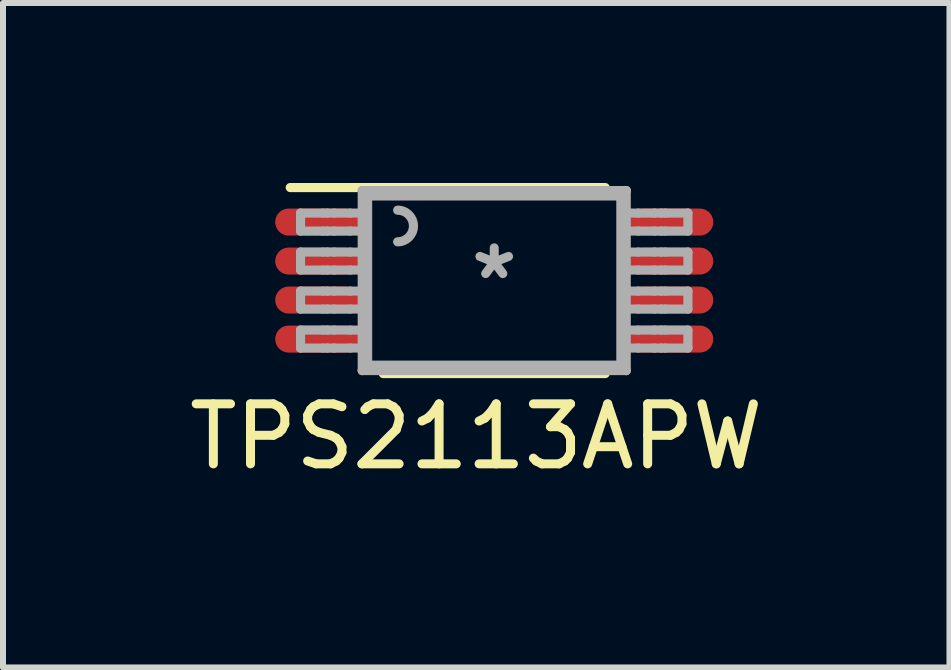
<source format=kicad_pcb>
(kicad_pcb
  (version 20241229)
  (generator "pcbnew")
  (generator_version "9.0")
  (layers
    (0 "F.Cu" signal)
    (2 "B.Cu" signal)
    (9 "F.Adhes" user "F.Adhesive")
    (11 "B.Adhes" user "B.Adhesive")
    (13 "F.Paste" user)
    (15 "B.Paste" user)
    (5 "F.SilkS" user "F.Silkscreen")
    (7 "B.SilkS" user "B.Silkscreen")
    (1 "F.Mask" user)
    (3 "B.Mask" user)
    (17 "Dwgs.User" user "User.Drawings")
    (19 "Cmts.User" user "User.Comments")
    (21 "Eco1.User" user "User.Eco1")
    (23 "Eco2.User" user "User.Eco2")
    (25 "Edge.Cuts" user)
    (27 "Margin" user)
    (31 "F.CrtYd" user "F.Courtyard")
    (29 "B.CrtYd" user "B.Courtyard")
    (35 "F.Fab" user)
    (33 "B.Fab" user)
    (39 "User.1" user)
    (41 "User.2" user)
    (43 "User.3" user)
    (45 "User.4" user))
  (footprint "TPS2113APW"
    (layer "F.Cu")
    (at 5.187 1.626)
    (property "Reference" "TPS2113APW" (at -0.3 2.6 0) (layer "F.SilkS") (effects (font (size 1 1) (thickness 0.15))))
    (attr through_hole)
    (fp_line (start -3.4 -1.55) (end 1.85 -1.55) (stroke (width 0.152) (type solid)) (layer "F.SilkS"))
    (fp_line (start -1.85 1.55) (end 1.85 1.55) (stroke (width 0.152) (type solid)) (layer "F.SilkS"))
    (fp_line (start -3.228 -1.125) (end -2.856 -1.125) (stroke (width 0.152) (type solid)) (layer "F.Fab"))
    (fp_line (start -3.228 -0.825) (end -3.228 -1.125) (stroke (width 0.152) (type solid)) (layer "F.Fab"))
    (fp_line (start -3.228 -0.825) (end -2.856 -0.825) (stroke (width 0.152) (type solid)) (layer "F.Fab"))
    (fp_line (start -3.228 -0.475) (end -2.856 -0.475) (stroke (width 0.152) (type solid)) (layer "F.Fab"))
    (fp_line (start -3.228 -0.175) (end -3.228 -0.475) (stroke (width 0.152) (type solid)) (layer "F.Fab"))
    (fp_line (start -3.228 -0.175) (end -2.856 -0.175) (stroke (width 0.152) (type solid)) (layer "F.Fab"))
    (fp_line (start -3.228 0.175) (end -2.856 0.175) (stroke (width 0.152) (type solid)) (layer "F.Fab"))
    (fp_line (start -3.228 0.475) (end -3.228 0.175) (stroke (width 0.152) (type solid)) (layer "F.Fab"))
    (fp_line (start -3.228 0.475) (end -2.856 0.475) (stroke (width 0.152) (type solid)) (layer "F.Fab"))
    (fp_line (start -3.228 0.825) (end -2.856 0.825) (stroke (width 0.152) (type solid)) (layer "F.Fab"))
    (fp_line (start -3.228 1.125) (end -3.228 0.825) (stroke (width 0.152) (type solid)) (layer "F.Fab"))
    (fp_line (start -3.228 1.125) (end -2.856 1.125) (stroke (width 0.152) (type solid)) (layer "F.Fab"))
    (fp_line (start -2.856 -1.125) (end -2.785 -1.125) (stroke (width 0.152) (type solid)) (layer "F.Fab"))
    (fp_line (start -2.856 -0.825) (end -2.785 -0.825) (stroke (width 0.152) (type solid)) (layer "F.Fab"))
    (fp_line (start -2.856 -0.475) (end -2.785 -0.475) (stroke (width 0.152) (type solid)) (layer "F.Fab"))
    (fp_line (start -2.856 -0.175) (end -2.785 -0.175) (stroke (width 0.152) (type solid)) (layer "F.Fab"))
    (fp_line (start -2.856 0.175) (end -2.785 0.175) (stroke (width 0.152) (type solid)) (layer "F.Fab"))
    (fp_line (start -2.856 0.475) (end -2.785 0.475) (stroke (width 0.152) (type solid)) (layer "F.Fab"))
    (fp_line (start -2.856 0.825) (end -2.785 0.825) (stroke (width 0.152) (type solid)) (layer "F.Fab"))
    (fp_line (start -2.856 1.125) (end -2.785 1.125) (stroke (width 0.152) (type solid)) (layer "F.Fab"))
    (fp_line (start -2.785 -1.125) (end -2.669 -1.125) (stroke (width 0.152) (type solid)) (layer "F.Fab"))
    (fp_line (start -2.785 -0.825) (end -2.669 -0.825) (stroke (width 0.152) (type solid)) (layer "F.Fab"))
    (fp_line (start -2.785 -0.475) (end -2.669 -0.475) (stroke (width 0.152) (type solid)) (layer "F.Fab"))
    (fp_line (start -2.785 -0.175) (end -2.669 -0.175) (stroke (width 0.152) (type solid)) (layer "F.Fab"))
    (fp_line (start -2.785 0.175) (end -2.669 0.175) (stroke (width 0.152) (type solid)) (layer "F.Fab"))
    (fp_line (start -2.785 0.475) (end -2.669 0.475) (stroke (width 0.152) (type solid)) (layer "F.Fab"))
    (fp_line (start -2.785 0.825) (end -2.669 0.825) (stroke (width 0.152) (type solid)) (layer "F.Fab"))
    (fp_line (start -2.785 1.125) (end -2.669 1.125) (stroke (width 0.152) (type solid)) (layer "F.Fab"))
    (fp_line (start -2.669 -1.125) (end -2.4 -1.125) (stroke (width 0.152) (type solid)) (layer "F.Fab"))
    (fp_line (start -2.669 -0.825) (end -2.4 -0.825) (stroke (width 0.152) (type solid)) (layer "F.Fab"))
    (fp_line (start -2.669 -0.475) (end -2.4 -0.475) (stroke (width 0.152) (type solid)) (layer "F.Fab"))
    (fp_line (start -2.669 -0.175) (end -2.4 -0.175) (stroke (width 0.152) (type solid)) (layer "F.Fab"))
    (fp_line (start -2.669 0.175) (end -2.4 0.175) (stroke (width 0.152) (type solid)) (layer "F.Fab"))
    (fp_line (start -2.669 0.475) (end -2.4 0.475) (stroke (width 0.152) (type solid)) (layer "F.Fab"))
    (fp_line (start -2.669 0.825) (end -2.4 0.825) (stroke (width 0.152) (type solid)) (layer "F.Fab"))
    (fp_line (start -2.669 1.125) (end -2.4 1.125) (stroke (width 0.152) (type solid)) (layer "F.Fab"))
    (fp_line (start -2.4 -1.125) (end -2.2 -1.125) (stroke (width 0.152) (type solid)) (layer "F.Fab"))
    (fp_line (start -2.4 -0.825) (end -2.2 -0.825) (stroke (width 0.152) (type solid)) (layer "F.Fab"))
    (fp_line (start -2.4 -0.475) (end -2.2 -0.475) (stroke (width 0.152) (type solid)) (layer "F.Fab"))
    (fp_line (start -2.4 -0.175) (end -2.2 -0.175) (stroke (width 0.152) (type solid)) (layer "F.Fab"))
    (fp_line (start -2.4 0.175) (end -2.2 0.175) (stroke (width 0.152) (type solid)) (layer "F.Fab"))
    (fp_line (start -2.4 0.475) (end -2.2 0.475) (stroke (width 0.152) (type solid)) (layer "F.Fab"))
    (fp_line (start -2.4 0.825) (end -2.2 0.825) (stroke (width 0.152) (type solid)) (layer "F.Fab"))
    (fp_line (start -2.4 1.125) (end -2.2 1.125) (stroke (width 0.152) (type solid)) (layer "F.Fab"))
    (fp_line (start -2.2 -1.5) (end -2.11 -1.41) (stroke (width 0.152) (type solid)) (layer "F.Fab"))
    (fp_line (start -2.2 -1.5) (end 2.2 -1.5) (stroke (width 0.152) (type solid)) (layer "F.Fab"))
    (fp_line (start -2.2 -1.125) (end -2.2 -1.5) (stroke (width 0.152) (type solid)) (layer "F.Fab"))
    (fp_line (start -2.2 -0.825) (end -2.2 -1.125) (stroke (width 0.152) (type solid)) (layer "F.Fab"))
    (fp_line (start -2.2 -0.475) (end -2.2 -0.825) (stroke (width 0.152) (type solid)) (layer "F.Fab"))
    (fp_line (start -2.2 -0.175) (end -2.2 -0.475) (stroke (width 0.152) (type solid)) (layer "F.Fab"))
    (fp_line (start -2.2 0.175) (end -2.2 -0.175) (stroke (width 0.152) (type solid)) (layer "F.Fab"))
    (fp_line (start -2.2 0.475) (end -2.2 0.175) (stroke (width 0.152) (type solid)) (layer "F.Fab"))
    (fp_line (start -2.2 0.825) (end -2.2 0.475) (stroke (width 0.152) (type solid)) (layer "F.Fab"))
    (fp_line (start -2.2 1.125) (end -2.2 0.825) (stroke (width 0.152) (type solid)) (layer "F.Fab"))
    (fp_line (start -2.2 1.5) (end -2.2 1.125) (stroke (width 0.152) (type solid)) (layer "F.Fab"))
    (fp_line (start -2.2 1.5) (end -2.11 1.41) (stroke (width 0.152) (type solid)) (layer "F.Fab"))
    (fp_line (start -2.2 1.5) (end 2.2 1.5) (stroke (width 0.152) (type solid)) (layer "F.Fab"))
    (fp_line (start -2.11 -1.41) (end 2.11 -1.41) (stroke (width 0.152) (type solid)) (layer "F.Fab"))
    (fp_line (start -2.11 1.41) (end -2.11 -1.41) (stroke (width 0.152) (type solid)) (layer "F.Fab"))
    (fp_line (start -2.11 1.41) (end 2.11 1.41) (stroke (width 0.152) (type solid)) (layer "F.Fab"))
    (fp_line (start 2.11 -1.41) (end 2.2 -1.5) (stroke (width 0.152) (type solid)) (layer "F.Fab"))
    (fp_line (start 2.11 1.41) (end 2.11 -1.41) (stroke (width 0.152) (type solid)) (layer "F.Fab"))
    (fp_line (start 2.11 1.41) (end 2.2 1.5) (stroke (width 0.152) (type solid)) (layer "F.Fab"))
    (fp_line (start 2.2 -1.125) (end 2.2 -1.5) (stroke (width 0.152) (type solid)) (layer "F.Fab"))
    (fp_line (start 2.2 -1.125) (end 2.4 -1.125) (stroke (width 0.152) (type solid)) (layer "F.Fab"))
    (fp_line (start 2.2 -0.825) (end 2.2 -1.125) (stroke (width 0.152) (type solid)) (layer "F.Fab"))
    (fp_line (start 2.2 -0.825) (end 2.4 -0.825) (stroke (width 0.152) (type solid)) (layer "F.Fab"))
    (fp_line (start 2.2 -0.475) (end 2.2 -0.825) (stroke (width 0.152) (type solid)) (layer "F.Fab"))
    (fp_line (start 2.2 -0.475) (end 2.4 -0.475) (stroke (width 0.152) (type solid)) (layer "F.Fab"))
    (fp_line (start 2.2 -0.175) (end 2.2 -0.475) (stroke (width 0.152) (type solid)) (layer "F.Fab"))
    (fp_line (start 2.2 -0.175) (end 2.4 -0.175) (stroke (width 0.152) (type solid)) (layer "F.Fab"))
    (fp_line (start 2.2 0.175) (end 2.2 -0.175) (stroke (width 0.152) (type solid)) (layer "F.Fab"))
    (fp_line (start 2.2 0.175) (end 2.4 0.175) (stroke (width 0.152) (type solid)) (layer "F.Fab"))
    (fp_line (start 2.2 0.475) (end 2.2 0.175) (stroke (width 0.152) (type solid)) (layer "F.Fab"))
    (fp_line (start 2.2 0.475) (end 2.4 0.475) (stroke (width 0.152) (type solid)) (layer "F.Fab"))
    (fp_line (start 2.2 0.825) (end 2.2 0.475) (stroke (width 0.152) (type solid)) (layer "F.Fab"))
    (fp_line (start 2.2 0.825) (end 2.4 0.825) (stroke (width 0.152) (type solid)) (layer "F.Fab"))
    (fp_line (start 2.2 1.125) (end 2.2 0.825) (stroke (width 0.152) (type solid)) (layer "F.Fab"))
    (fp_line (start 2.2 1.125) (end 2.4 1.125) (stroke (width 0.152) (type solid)) (layer "F.Fab"))
    (fp_line (start 2.2 1.5) (end 2.2 1.125) (stroke (width 0.152) (type solid)) (layer "F.Fab"))
    (fp_line (start 2.4 -1.125) (end 2.669 -1.125) (stroke (width 0.152) (type solid)) (layer "F.Fab"))
    (fp_line (start 2.4 -0.825) (end 2.669 -0.825) (stroke (width 0.152) (type solid)) (layer "F.Fab"))
    (fp_line (start 2.4 -0.475) (end 2.669 -0.475) (stroke (width 0.152) (type solid)) (layer "F.Fab"))
    (fp_line (start 2.4 -0.175) (end 2.669 -0.175) (stroke (width 0.152) (type solid)) (layer "F.Fab"))
    (fp_line (start 2.4 0.175) (end 2.669 0.175) (stroke (width 0.152) (type solid)) (layer "F.Fab"))
    (fp_line (start 2.4 0.475) (end 2.669 0.475) (stroke (width 0.152) (type solid)) (layer "F.Fab"))
    (fp_line (start 2.4 0.825) (end 2.669 0.825) (stroke (width 0.152) (type solid)) (layer "F.Fab"))
    (fp_line (start 2.4 1.125) (end 2.669 1.125) (stroke (width 0.152) (type solid)) (layer "F.Fab"))
    (fp_line (start 2.669 -1.125) (end 2.785 -1.125) (stroke (width 0.152) (type solid)) (layer "F.Fab"))
    (fp_line (start 2.669 -0.825) (end 2.785 -0.825) (stroke (width 0.152) (type solid)) (layer "F.Fab"))
    (fp_line (start 2.669 -0.475) (end 2.785 -0.475) (stroke (width 0.152) (type solid)) (layer "F.Fab"))
    (fp_line (start 2.669 -0.175) (end 2.785 -0.175) (stroke (width 0.152) (type solid)) (layer "F.Fab"))
    (fp_line (start 2.669 0.175) (end 2.785 0.175) (stroke (width 0.152) (type solid)) (layer "F.Fab"))
    (fp_line (start 2.669 0.475) (end 2.785 0.475) (stroke (width 0.152) (type solid)) (layer "F.Fab"))
    (fp_line (start 2.669 0.825) (end 2.785 0.825) (stroke (width 0.152) (type solid)) (layer "F.Fab"))
    (fp_line (start 2.669 1.125) (end 2.785 1.125) (stroke (width 0.152) (type solid)) (layer "F.Fab"))
    (fp_line (start 2.785 -1.125) (end 2.856 -1.125) (stroke (width 0.152) (type solid)) (layer "F.Fab"))
    (fp_line (start 2.785 -0.825) (end 2.856 -0.825) (stroke (width 0.152) (type solid)) (layer "F.Fab"))
    (fp_line (start 2.785 -0.475) (end 2.856 -0.475) (stroke (width 0.152) (type solid)) (layer "F.Fab"))
    (fp_line (start 2.785 -0.175) (end 2.856 -0.175) (stroke (width 0.152) (type solid)) (layer "F.Fab"))
    (fp_line (start 2.785 0.175) (end 2.856 0.175) (stroke (width 0.152) (type solid)) (layer "F.Fab"))
    (fp_line (start 2.785 0.475) (end 2.856 0.475) (stroke (width 0.152) (type solid)) (layer "F.Fab"))
    (fp_line (start 2.785 0.825) (end 2.856 0.825) (stroke (width 0.152) (type solid)) (layer "F.Fab"))
    (fp_line (start 2.785 1.125) (end 2.856 1.125) (stroke (width 0.152) (type solid)) (layer "F.Fab"))
    (fp_line (start 2.856 -1.125) (end 3.228 -1.125) (stroke (width 0.152) (type solid)) (layer "F.Fab"))
    (fp_line (start 2.856 -0.825) (end 3.228 -0.825) (stroke (width 0.152) (type solid)) (layer "F.Fab"))
    (fp_line (start 2.856 -0.475) (end 3.228 -0.475) (stroke (width 0.152) (type solid)) (layer "F.Fab"))
    (fp_line (start 2.856 -0.175) (end 3.228 -0.175) (stroke (width 0.152) (type solid)) (layer "F.Fab"))
    (fp_line (start 2.856 0.175) (end 3.228 0.175) (stroke (width 0.152) (type solid)) (layer "F.Fab"))
    (fp_line (start 2.856 0.475) (end 3.228 0.475) (stroke (width 0.152) (type solid)) (layer "F.Fab"))
    (fp_line (start 2.856 0.825) (end 3.228 0.825) (stroke (width 0.152) (type solid)) (layer "F.Fab"))
    (fp_line (start 2.856 1.125) (end 3.228 1.125) (stroke (width 0.152) (type solid)) (layer "F.Fab"))
    (fp_line (start 3.228 -0.825) (end 3.228 -1.125) (stroke (width 0.152) (type solid)) (layer "F.Fab"))
    (fp_line (start 3.228 -0.175) (end 3.228 -0.475) (stroke (width 0.152) (type solid)) (layer "F.Fab"))
    (fp_line (start 3.228 0.475) (end 3.228 0.175) (stroke (width 0.152) (type solid)) (layer "F.Fab"))
    (fp_line (start 3.228 1.125) (end 3.228 0.825) (stroke (width 0.152) (type solid)) (layer "F.Fab"))
    (fp_arc (start -1.609654 -1.173203) (mid -1.346116 -0.909665) (end -1.609654 -0.646127) (stroke (width 0.1524) (type solid)) (layer "F.Fab"))
    (fp_text user "*" (at 0 0 0) (layer "F.Fab") (effects (font (size 1 1) (thickness 0.15))))
    (pad "1" smd oval (at -2.95 -0.975 90) (size 0.45 1.4) (layers "F.Cu" "F.Mask" "F.Paste"))
    (pad "2" smd oval (at -2.95 -0.325 90) (size 0.45 1.4) (layers "F.Cu" "F.Mask" "F.Paste"))
    (pad "3" smd oval (at -2.95 0.325 90) (size 0.45 1.4) (layers "F.Cu" "F.Mask" "F.Paste"))
    (pad "4" smd oval (at -2.95 0.975 90) (size 0.45 1.4) (layers "F.Cu" "F.Mask" "F.Paste"))
    (pad "5" smd oval (at 2.95 0.975 90) (size 0.45 1.4) (layers "F.Cu" "F.Mask" "F.Paste"))
    (pad "6" smd oval (at 2.95 0.325 90) (size 0.45 1.4) (layers "F.Cu" "F.Mask" "F.Paste"))
    (pad "7" smd oval (at 2.95 -0.325 90) (size 0.45 1.4) (layers "F.Cu" "F.Mask" "F.Paste"))
    (pad "8" smd oval (at 2.95 -0.975 90) (size 0.45 1.4) (layers "F.Cu" "F.Mask" "F.Paste")))
  (gr_rect
    (start -3 -3)
    (end 12.774 8.074)
    (stroke (width 0.1) (type default))
    (fill no)
    (layer "Edge.Cuts")))
</source>
